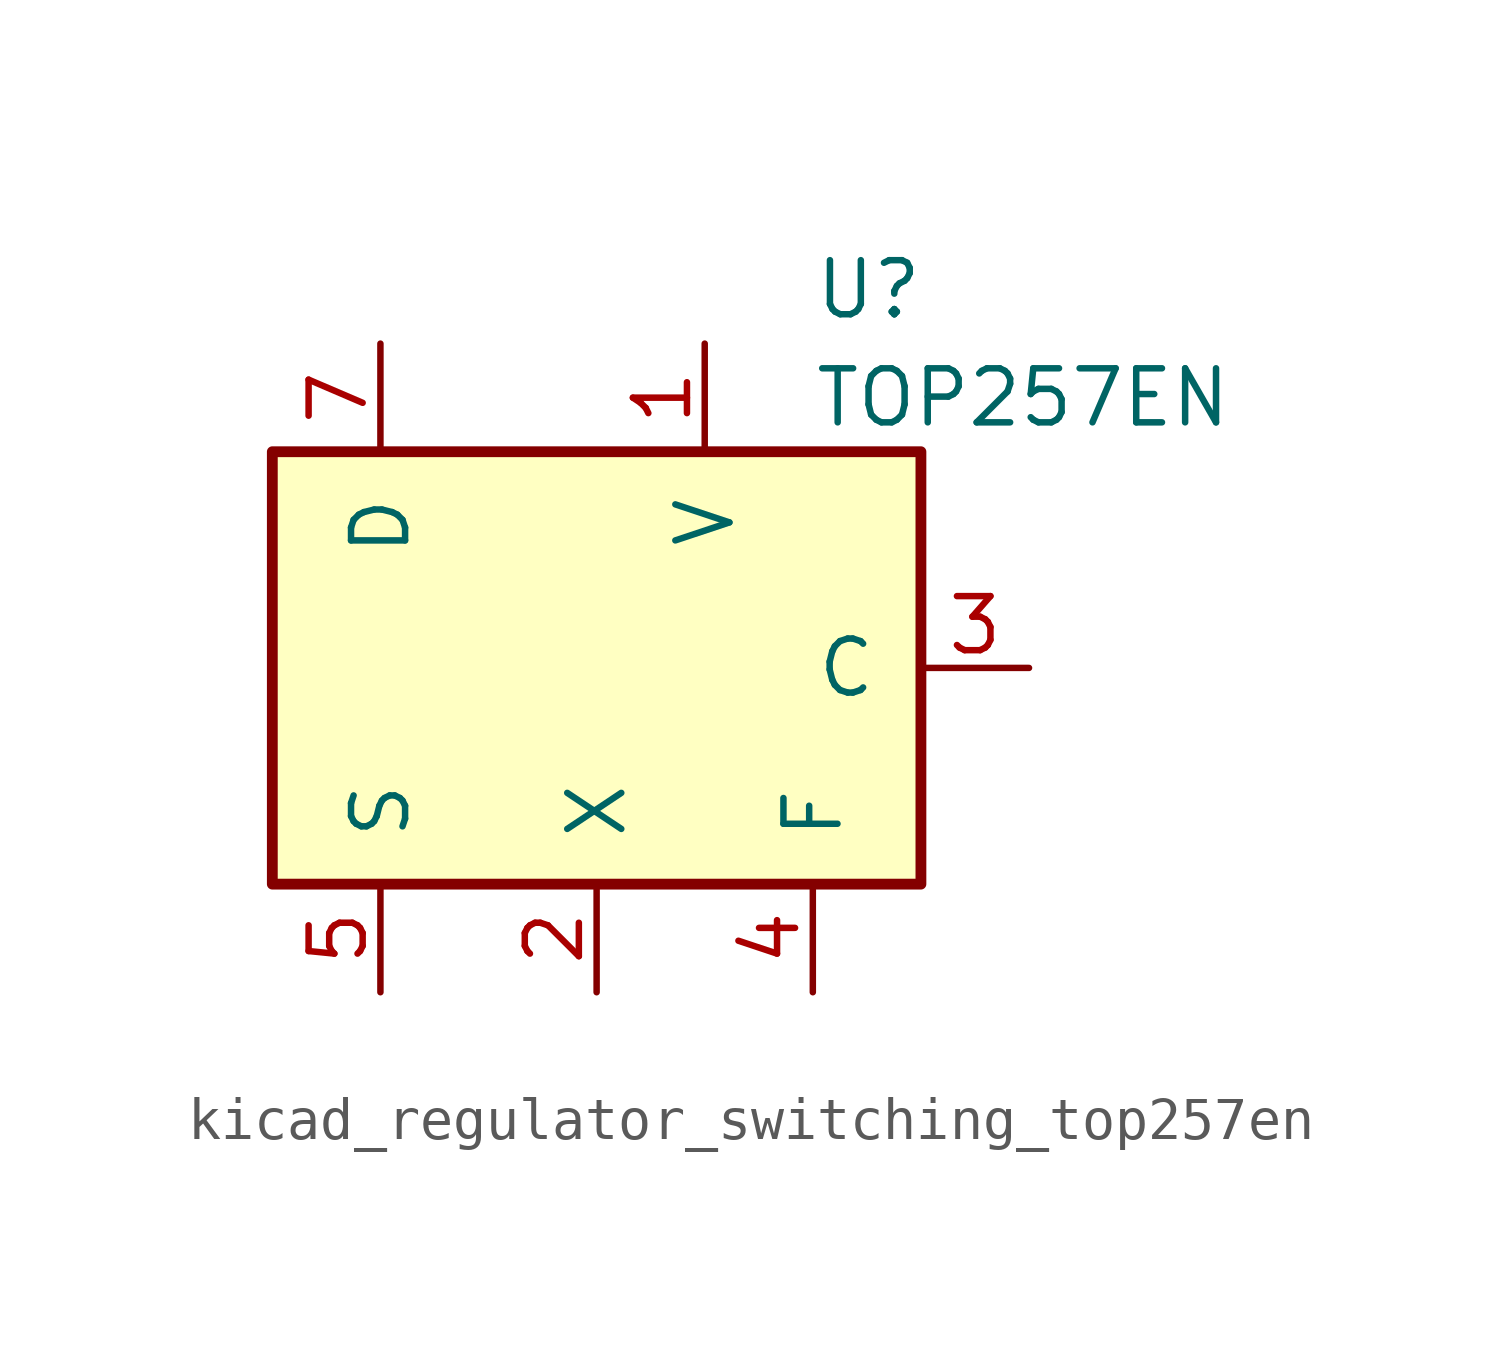
<source format=kicad_sym>
(kicad_symbol_lib
  (version 20220914)
  (generator kicad_symbol_editor)
  (symbol "kicad_regulator_switching_top257en"
    (pin_names
      (offset 1.016))
    (property "Reference" "U"
      (at 5.08 8.89 0)
      (effects (font (size 1.27 1.27)) (justify left)))
    (property "Value" "TOP257EN"
      (at 5.08 6.35 0)
      (effects (font (size 1.27 1.27)) (justify left)))
    (symbol "kicad_regulator_switching_top257en_0_1"
      (rectangle (start -7.62 5.08) (end 7.62 -5.08) (stroke (width 0.254) (type default)) (fill (type background))))
    (symbol "kicad_regulator_switching_top257en_1_1"
      (pin input line (at 2.54 7.62 270) (length 2.54) (name "V" (effects (font (size 1.27 1.27)))) (number "1" (effects (font (size 1.27 1.27)))))
      (pin input line (at 0 -7.62 90) (length 2.54) (name "X" (effects (font (size 1.27 1.27)))) (number "2" (effects (font (size 1.27 1.27)))))
      (pin input line (at 10.16 0 180) (length 2.54) (name "C" (effects (font (size 1.27 1.27)))) (number "3" (effects (font (size 1.27 1.27)))))
      (pin passive line (at 5.08 -7.62 90) (length 2.54) (name "F" (effects (font (size 1.27 1.27)))) (number "4" (effects (font (size 1.27 1.27)))))
      (pin power_in line (at -5.08 -7.62 90) (length 2.54) (name "S" (effects (font (size 1.27 1.27)))) (number "5" (effects (font (size 1.27 1.27)))))
      (pin open_collector line (at -5.08 7.62 270) (length 2.54) (name "D" (effects (font (size 1.27 1.27)))) (number "7" (effects (font (size 1.27 1.27))))))))
</source>
